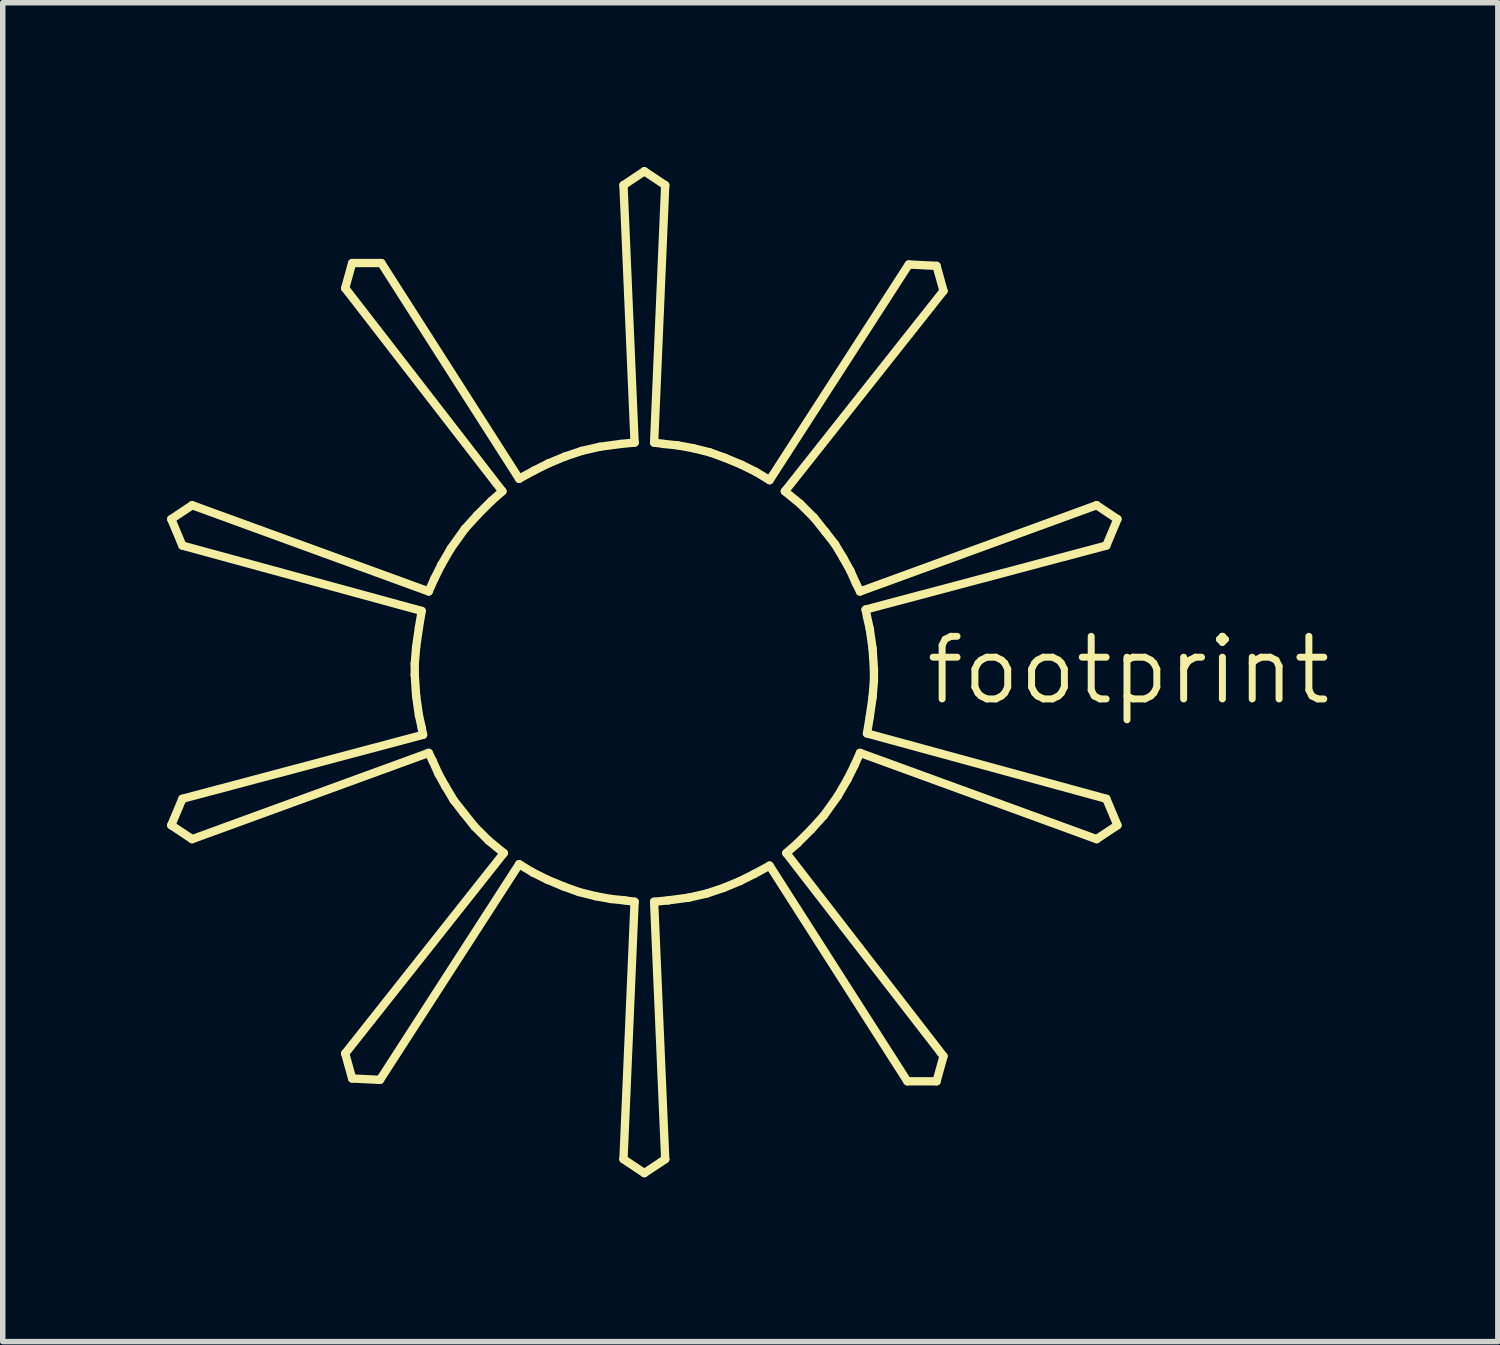
<source format=kicad_pcb>
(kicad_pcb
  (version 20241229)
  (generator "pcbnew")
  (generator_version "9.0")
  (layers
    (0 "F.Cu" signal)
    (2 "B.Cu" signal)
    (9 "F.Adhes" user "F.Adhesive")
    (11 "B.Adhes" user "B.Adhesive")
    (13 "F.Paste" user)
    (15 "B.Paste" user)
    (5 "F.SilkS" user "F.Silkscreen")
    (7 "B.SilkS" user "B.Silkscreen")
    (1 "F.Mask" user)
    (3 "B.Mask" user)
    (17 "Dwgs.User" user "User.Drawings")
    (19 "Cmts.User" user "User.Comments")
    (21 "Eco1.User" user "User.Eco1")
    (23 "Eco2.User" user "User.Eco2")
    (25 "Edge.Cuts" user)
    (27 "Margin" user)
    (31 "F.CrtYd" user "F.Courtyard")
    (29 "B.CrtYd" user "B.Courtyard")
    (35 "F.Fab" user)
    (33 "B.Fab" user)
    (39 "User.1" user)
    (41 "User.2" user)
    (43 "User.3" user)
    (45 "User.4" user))
  (footprint "footprint"
    (layer "F.Cu")
    (at 8.712 9.22)
    (property "Reference" "footprint" (at 5.08 0.635 0) (layer "F.SilkS") (effects (font (size 1.143 1.143) (thickness 0.127)) (justify left bottom)))
    (fp_line (start -8.636 -2.794) (end -8.433 -2.311) (stroke (width 0.152) (type solid)) (layer "F.SilkS"))
    (fp_line (start -8.636 2.794) (end -8.433 2.311) (stroke (width 0.152) (type solid)) (layer "F.SilkS"))
    (fp_line (start -8.255 -3.048) (end -8.636 -2.794) (stroke (width 0.152) (type solid)) (layer "F.SilkS"))
    (fp_line (start -8.255 3.048) (end -8.636 2.794) (stroke (width 0.152) (type solid)) (layer "F.SilkS"))
    (fp_line (start -5.334 -7.468) (end -5.461 -7.01) (stroke (width 0.152) (type solid)) (layer "F.SilkS"))
    (fp_line (start -5.334 7.417) (end -5.461 6.96) (stroke (width 0.152) (type solid)) (layer "F.SilkS"))
    (fp_line (start -4.826 7.442) (end -5.334 7.417) (stroke (width 0.152) (type solid)) (layer "F.SilkS"))
    (fp_line (start -4.801 -7.468) (end -5.334 -7.468) (stroke (width 0.152) (type solid)) (layer "F.SilkS"))
    (fp_line (start -4.191 -0.152) (end -4.191 0.051) (stroke (width 0.152) (type solid)) (layer "F.SilkS"))
    (fp_line (start -4.191 0.051) (end -4.166 0.432) (stroke (width 0.152) (type solid)) (layer "F.SilkS"))
    (fp_line (start -4.166 -0.457) (end -4.191 -0.152) (stroke (width 0.152) (type solid)) (layer "F.SilkS"))
    (fp_line (start -4.166 0.432) (end -4.115 0.787) (stroke (width 0.152) (type solid)) (layer "F.SilkS"))
    (fp_line (start -4.115 -0.813) (end -4.166 -0.457) (stroke (width 0.152) (type solid)) (layer "F.SilkS"))
    (fp_line (start -4.115 0.787) (end -4.064 1.016) (stroke (width 0.152) (type solid)) (layer "F.SilkS"))
    (fp_line (start -4.064 -1.118) (end -8.433 -2.311) (stroke (width 0.152) (type solid)) (layer "F.SilkS"))
    (fp_line (start -4.064 -1.118) (end -4.115 -0.813) (stroke (width 0.152) (type solid)) (layer "F.SilkS"))
    (fp_line (start -4.064 1.016) (end -4.039 1.143) (stroke (width 0.152) (type solid)) (layer "F.SilkS"))
    (fp_line (start -4.039 1.143) (end -8.433 2.311) (stroke (width 0.152) (type solid)) (layer "F.SilkS"))
    (fp_line (start -3.937 -1.473) (end -8.255 -3.048) (stroke (width 0.152) (type solid)) (layer "F.SilkS"))
    (fp_line (start -3.937 1.473) (end -8.255 3.048) (stroke (width 0.152) (type solid)) (layer "F.SilkS"))
    (fp_line (start -3.937 1.473) (end -3.861 1.626) (stroke (width 0.152) (type solid)) (layer "F.SilkS"))
    (fp_line (start -3.861 1.626) (end -3.759 1.854) (stroke (width 0.152) (type solid)) (layer "F.SilkS"))
    (fp_line (start -3.835 -1.702) (end -3.937 -1.473) (stroke (width 0.152) (type solid)) (layer "F.SilkS"))
    (fp_line (start -3.759 1.854) (end -3.632 2.083) (stroke (width 0.152) (type solid)) (layer "F.SilkS"))
    (fp_line (start -3.708 -1.956) (end -3.835 -1.702) (stroke (width 0.152) (type solid)) (layer "F.SilkS"))
    (fp_line (start -3.632 2.083) (end -3.48 2.337) (stroke (width 0.152) (type solid)) (layer "F.SilkS"))
    (fp_line (start -3.531 -2.261) (end -3.708 -1.956) (stroke (width 0.152) (type solid)) (layer "F.SilkS"))
    (fp_line (start -3.48 2.337) (end -3.302 2.565) (stroke (width 0.152) (type solid)) (layer "F.SilkS"))
    (fp_line (start -3.302 2.565) (end -3.099 2.819) (stroke (width 0.152) (type solid)) (layer "F.SilkS"))
    (fp_line (start -3.277 -2.616) (end -3.531 -2.261) (stroke (width 0.152) (type solid)) (layer "F.SilkS"))
    (fp_line (start -3.099 2.819) (end -2.845 3.073) (stroke (width 0.152) (type solid)) (layer "F.SilkS"))
    (fp_line (start -3.048 -2.87) (end -3.277 -2.616) (stroke (width 0.152) (type solid)) (layer "F.SilkS"))
    (fp_line (start -2.845 3.073) (end -2.565 3.302) (stroke (width 0.152) (type solid)) (layer "F.SilkS"))
    (fp_line (start -2.794 -3.124) (end -3.048 -2.87) (stroke (width 0.152) (type solid)) (layer "F.SilkS"))
    (fp_line (start -2.591 -3.302) (end -5.461 -7.01) (stroke (width 0.152) (type solid)) (layer "F.SilkS"))
    (fp_line (start -2.591 -3.302) (end -2.794 -3.124) (stroke (width 0.152) (type solid)) (layer "F.SilkS"))
    (fp_line (start -2.565 3.302) (end -5.461 6.96) (stroke (width 0.152) (type solid)) (layer "F.SilkS"))
    (fp_line (start -2.286 -3.531) (end -4.801 -7.468) (stroke (width 0.152) (type solid)) (layer "F.SilkS"))
    (fp_line (start -2.286 3.505) (end -4.826 7.442) (stroke (width 0.152) (type solid)) (layer "F.SilkS"))
    (fp_line (start -2.286 3.505) (end -2.032 3.658) (stroke (width 0.152) (type solid)) (layer "F.SilkS"))
    (fp_line (start -2.032 3.658) (end -1.778 3.785) (stroke (width 0.152) (type solid)) (layer "F.SilkS"))
    (fp_line (start -2.007 -3.683) (end -2.286 -3.531) (stroke (width 0.152) (type solid)) (layer "F.SilkS"))
    (fp_line (start -1.778 3.785) (end -1.473 3.912) (stroke (width 0.152) (type solid)) (layer "F.SilkS"))
    (fp_line (start -1.753 -3.81) (end -2.007 -3.683) (stroke (width 0.152) (type solid)) (layer "F.SilkS"))
    (fp_line (start -1.473 3.912) (end -1.194 4.013) (stroke (width 0.152) (type solid)) (layer "F.SilkS"))
    (fp_line (start -1.448 -3.937) (end -1.753 -3.81) (stroke (width 0.152) (type solid)) (layer "F.SilkS"))
    (fp_line (start -1.194 4.013) (end -0.889 4.089) (stroke (width 0.152) (type solid)) (layer "F.SilkS"))
    (fp_line (start -1.143 -4.039) (end -1.448 -3.937) (stroke (width 0.152) (type solid)) (layer "F.SilkS"))
    (fp_line (start -0.889 4.089) (end -0.61 4.14) (stroke (width 0.152) (type solid)) (layer "F.SilkS"))
    (fp_line (start -0.813 -4.115) (end -1.143 -4.039) (stroke (width 0.152) (type solid)) (layer "F.SilkS"))
    (fp_line (start -0.61 4.14) (end -0.356 4.166) (stroke (width 0.152) (type solid)) (layer "F.SilkS"))
    (fp_line (start -0.432 -4.166) (end -0.813 -4.115) (stroke (width 0.152) (type solid)) (layer "F.SilkS"))
    (fp_line (start -0.381 -8.89) (end 0 -9.144) (stroke (width 0.152) (type solid)) (layer "F.SilkS"))
    (fp_line (start -0.356 4.166) (end -0.178 4.191) (stroke (width 0.152) (type solid)) (layer "F.SilkS"))
    (fp_line (start -0.178 -4.191) (end -0.432 -4.166) (stroke (width 0.152) (type solid)) (layer "F.SilkS"))
    (fp_line (start -0.178 -4.191) (end -0.381 -8.89) (stroke (width 0.152) (type solid)) (layer "F.SilkS"))
    (fp_line (start -0.178 4.191) (end -0.381 8.89) (stroke (width 0.152) (type solid)) (layer "F.SilkS"))
    (fp_line (start 0 -9.144) (end 0.381 -8.89) (stroke (width 0.152) (type solid)) (layer "F.SilkS"))
    (fp_line (start 0 9.144) (end -0.381 8.89) (stroke (width 0.152) (type solid)) (layer "F.SilkS"))
    (fp_line (start 0.178 -4.191) (end 0.381 -8.89) (stroke (width 0.152) (type solid)) (layer "F.SilkS"))
    (fp_line (start 0.178 4.191) (end 0.381 8.89) (stroke (width 0.152) (type solid)) (layer "F.SilkS"))
    (fp_line (start 0.178 4.191) (end 0.432 4.166) (stroke (width 0.152) (type solid)) (layer "F.SilkS"))
    (fp_line (start 0.356 -4.166) (end 0.178 -4.191) (stroke (width 0.152) (type solid)) (layer "F.SilkS"))
    (fp_line (start 0.381 8.89) (end 0 9.144) (stroke (width 0.152) (type solid)) (layer "F.SilkS"))
    (fp_line (start 0.432 4.166) (end 0.813 4.115) (stroke (width 0.152) (type solid)) (layer "F.SilkS"))
    (fp_line (start 0.61 -4.14) (end 0.356 -4.166) (stroke (width 0.152) (type solid)) (layer "F.SilkS"))
    (fp_line (start 0.813 4.115) (end 1.143 4.039) (stroke (width 0.152) (type solid)) (layer "F.SilkS"))
    (fp_line (start 0.889 -4.089) (end 0.61 -4.14) (stroke (width 0.152) (type solid)) (layer "F.SilkS"))
    (fp_line (start 1.143 4.039) (end 1.448 3.937) (stroke (width 0.152) (type solid)) (layer "F.SilkS"))
    (fp_line (start 1.194 -4.013) (end 0.889 -4.089) (stroke (width 0.152) (type solid)) (layer "F.SilkS"))
    (fp_line (start 1.448 3.937) (end 1.753 3.81) (stroke (width 0.152) (type solid)) (layer "F.SilkS"))
    (fp_line (start 1.473 -3.912) (end 1.194 -4.013) (stroke (width 0.152) (type solid)) (layer "F.SilkS"))
    (fp_line (start 1.753 3.81) (end 2.007 3.683) (stroke (width 0.152) (type solid)) (layer "F.SilkS"))
    (fp_line (start 1.778 -3.785) (end 1.473 -3.912) (stroke (width 0.152) (type solid)) (layer "F.SilkS"))
    (fp_line (start 2.007 3.683) (end 2.286 3.531) (stroke (width 0.152) (type solid)) (layer "F.SilkS"))
    (fp_line (start 2.032 -3.658) (end 1.778 -3.785) (stroke (width 0.152) (type solid)) (layer "F.SilkS"))
    (fp_line (start 2.286 -3.505) (end 2.032 -3.658) (stroke (width 0.152) (type solid)) (layer "F.SilkS"))
    (fp_line (start 2.286 -3.505) (end 4.826 -7.442) (stroke (width 0.152) (type solid)) (layer "F.SilkS"))
    (fp_line (start 2.286 3.531) (end 4.801 7.468) (stroke (width 0.152) (type solid)) (layer "F.SilkS"))
    (fp_line (start 2.565 -3.302) (end 5.461 -6.96) (stroke (width 0.152) (type solid)) (layer "F.SilkS"))
    (fp_line (start 2.591 3.302) (end 2.794 3.124) (stroke (width 0.152) (type solid)) (layer "F.SilkS"))
    (fp_line (start 2.591 3.302) (end 5.461 7.01) (stroke (width 0.152) (type solid)) (layer "F.SilkS"))
    (fp_line (start 2.794 3.124) (end 3.048 2.87) (stroke (width 0.152) (type solid)) (layer "F.SilkS"))
    (fp_line (start 2.845 -3.073) (end 2.565 -3.302) (stroke (width 0.152) (type solid)) (layer "F.SilkS"))
    (fp_line (start 3.048 2.87) (end 3.277 2.616) (stroke (width 0.152) (type solid)) (layer "F.SilkS"))
    (fp_line (start 3.099 -2.819) (end 2.845 -3.073) (stroke (width 0.152) (type solid)) (layer "F.SilkS"))
    (fp_line (start 3.277 2.616) (end 3.531 2.261) (stroke (width 0.152) (type solid)) (layer "F.SilkS"))
    (fp_line (start 3.302 -2.565) (end 3.099 -2.819) (stroke (width 0.152) (type solid)) (layer "F.SilkS"))
    (fp_line (start 3.48 -2.337) (end 3.302 -2.565) (stroke (width 0.152) (type solid)) (layer "F.SilkS"))
    (fp_line (start 3.531 2.261) (end 3.708 1.956) (stroke (width 0.152) (type solid)) (layer "F.SilkS"))
    (fp_line (start 3.632 -2.083) (end 3.48 -2.337) (stroke (width 0.152) (type solid)) (layer "F.SilkS"))
    (fp_line (start 3.708 1.956) (end 3.835 1.702) (stroke (width 0.152) (type solid)) (layer "F.SilkS"))
    (fp_line (start 3.759 -1.854) (end 3.632 -2.083) (stroke (width 0.152) (type solid)) (layer "F.SilkS"))
    (fp_line (start 3.835 1.702) (end 3.937 1.473) (stroke (width 0.152) (type solid)) (layer "F.SilkS"))
    (fp_line (start 3.861 -1.626) (end 3.759 -1.854) (stroke (width 0.152) (type solid)) (layer "F.SilkS"))
    (fp_line (start 3.937 -1.473) (end 3.861 -1.626) (stroke (width 0.152) (type solid)) (layer "F.SilkS"))
    (fp_line (start 3.937 -1.473) (end 8.255 -3.048) (stroke (width 0.152) (type solid)) (layer "F.SilkS"))
    (fp_line (start 3.937 1.473) (end 8.255 3.048) (stroke (width 0.152) (type solid)) (layer "F.SilkS"))
    (fp_line (start 4.039 -1.143) (end 8.433 -2.311) (stroke (width 0.152) (type solid)) (layer "F.SilkS"))
    (fp_line (start 4.064 -1.016) (end 4.039 -1.143) (stroke (width 0.152) (type solid)) (layer "F.SilkS"))
    (fp_line (start 4.064 1.118) (end 4.115 0.813) (stroke (width 0.152) (type solid)) (layer "F.SilkS"))
    (fp_line (start 4.064 1.118) (end 8.433 2.311) (stroke (width 0.152) (type solid)) (layer "F.SilkS"))
    (fp_line (start 4.115 -0.787) (end 4.064 -1.016) (stroke (width 0.152) (type solid)) (layer "F.SilkS"))
    (fp_line (start 4.115 0.813) (end 4.166 0.457) (stroke (width 0.152) (type solid)) (layer "F.SilkS"))
    (fp_line (start 4.166 -0.432) (end 4.115 -0.787) (stroke (width 0.152) (type solid)) (layer "F.SilkS"))
    (fp_line (start 4.166 0.457) (end 4.191 0.152) (stroke (width 0.152) (type solid)) (layer "F.SilkS"))
    (fp_line (start 4.191 -0.051) (end 4.166 -0.432) (stroke (width 0.152) (type solid)) (layer "F.SilkS"))
    (fp_line (start 4.191 0.152) (end 4.191 -0.051) (stroke (width 0.152) (type solid)) (layer "F.SilkS"))
    (fp_line (start 4.801 7.468) (end 5.334 7.468) (stroke (width 0.152) (type solid)) (layer "F.SilkS"))
    (fp_line (start 4.826 -7.442) (end 5.334 -7.417) (stroke (width 0.152) (type solid)) (layer "F.SilkS"))
    (fp_line (start 5.334 -7.417) (end 5.461 -6.96) (stroke (width 0.152) (type solid)) (layer "F.SilkS"))
    (fp_line (start 5.334 7.468) (end 5.461 7.01) (stroke (width 0.152) (type solid)) (layer "F.SilkS"))
    (fp_line (start 8.255 -3.048) (end 8.636 -2.794) (stroke (width 0.152) (type solid)) (layer "F.SilkS"))
    (fp_line (start 8.255 3.048) (end 8.636 2.794) (stroke (width 0.152) (type solid)) (layer "F.SilkS"))
    (fp_line (start 8.636 -2.794) (end 8.433 -2.311) (stroke (width 0.152) (type solid)) (layer "F.SilkS"))
    (fp_line (start 8.636 2.794) (end 8.433 2.311) (stroke (width 0.152) (type solid)) (layer "F.SilkS")))
  (gr_rect
    (start -3 -3)
    (end 24.292 21.44)
    (stroke (width 0.1) (type default))
    (fill no)
    (layer "Edge.Cuts")))
</source>
